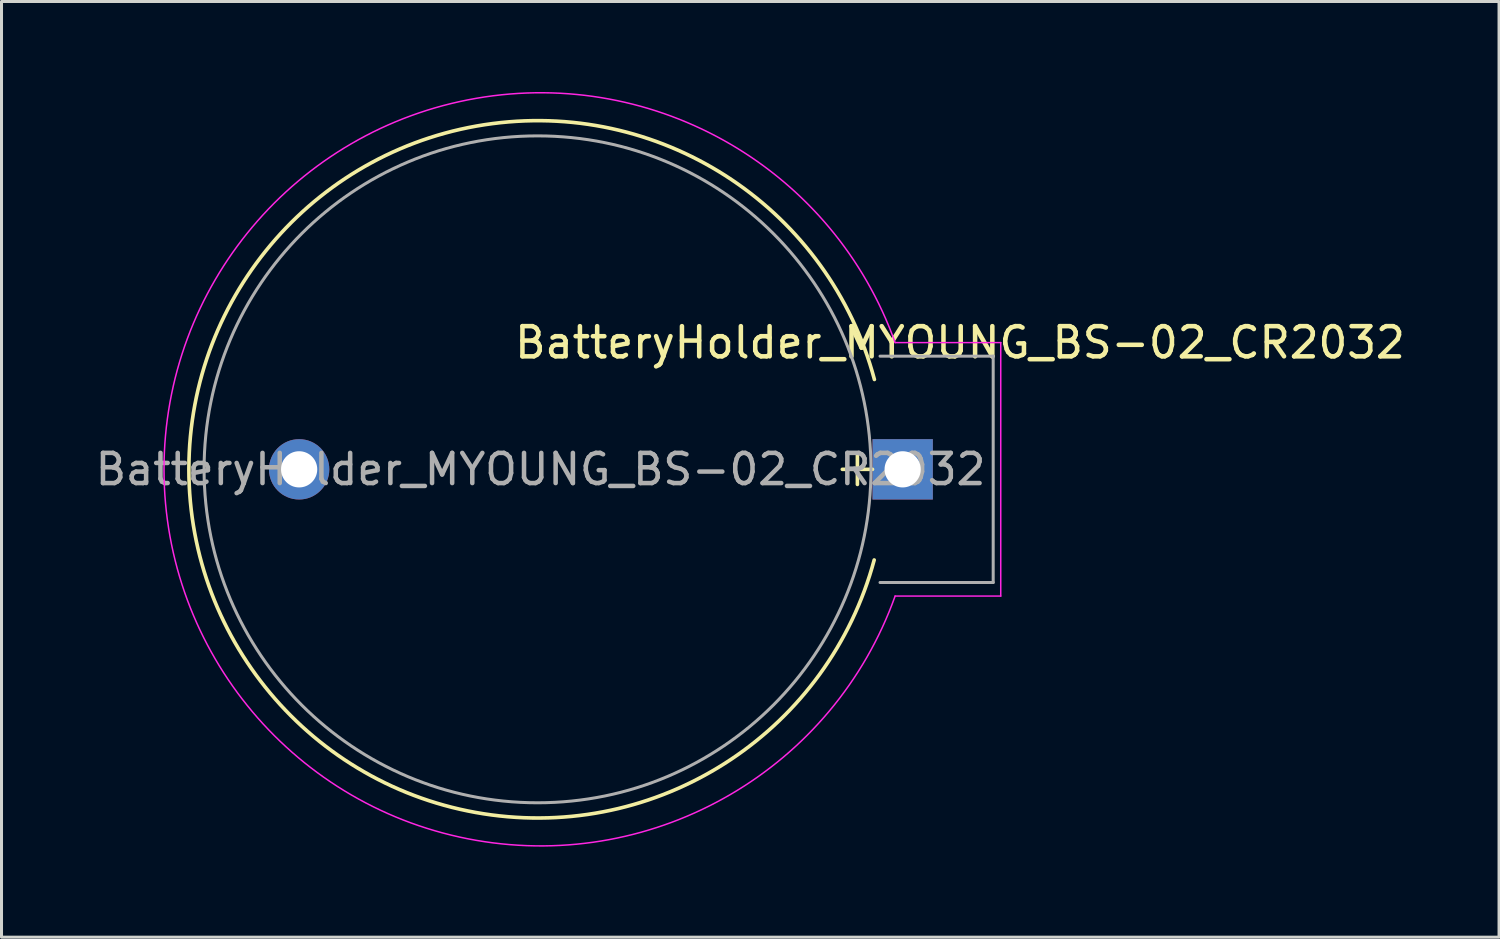
<source format=kicad_pcb>
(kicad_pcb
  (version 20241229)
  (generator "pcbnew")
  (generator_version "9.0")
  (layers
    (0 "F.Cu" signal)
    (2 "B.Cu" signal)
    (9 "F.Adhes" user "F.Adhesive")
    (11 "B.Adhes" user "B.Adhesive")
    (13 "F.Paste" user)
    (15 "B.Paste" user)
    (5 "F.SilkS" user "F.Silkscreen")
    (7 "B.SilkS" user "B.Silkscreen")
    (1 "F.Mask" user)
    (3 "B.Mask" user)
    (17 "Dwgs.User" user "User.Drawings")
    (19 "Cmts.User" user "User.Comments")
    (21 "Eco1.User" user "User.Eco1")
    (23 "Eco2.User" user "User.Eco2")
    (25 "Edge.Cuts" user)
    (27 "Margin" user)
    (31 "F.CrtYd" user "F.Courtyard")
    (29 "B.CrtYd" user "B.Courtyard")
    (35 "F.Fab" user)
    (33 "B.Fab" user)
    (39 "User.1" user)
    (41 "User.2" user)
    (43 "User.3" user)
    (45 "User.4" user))
  (footprint "BatteryHolder_MYOUNG_BS-02_CR2032"
    (layer "F.Cu")
    (at 14.763 12.503)
    (property "Reference" "BatteryHolder_MYOUNG_BS-02_CR2032" (at 14 -4.2 0) (unlocked yes) (layer "F.SilkS") (effects (font (size 1 1) (thickness 0.15))))
    (attr through_hole)
    (fp_line (start 10.6 -0.5) (end 10.6 0.5) (stroke (width 0.12) (type default)) (layer "F.SilkS"))
    (fp_line (start 11.1 0) (end 10.1 0) (stroke (width 0.12) (type default)) (layer "F.SilkS"))
    (fp_arc (start 11.156613 3.003745) (mid -11.553888 -0.013387) (end 11.163543 -2.977884) (stroke (width 0.12) (type default)) (layer "F.SilkS"))
    (fp_line (start 11.85 4.2) (end 15.35 4.2) (stroke (width 0.05) (type default)) (layer "F.CrtYd"))
    (fp_line (start 15.35 -4.2) (end 11.85 -4.2) (stroke (width 0.05) (type default)) (layer "F.CrtYd"))
    (fp_line (start 15.35 4.2) (end 15.35 -4.2) (stroke (width 0.05) (type default)) (layer "F.CrtYd"))
    (fp_arc (start 11.849999 4.2) (mid -12.378084 0) (end 11.849999 -4.2) (stroke (width 0.05) (type default)) (layer "F.CrtYd"))
    (fp_line (start 15.1 -3.75) (end 11.35 -3.75) (stroke (width 0.1) (type default)) (layer "F.Fab"))
    (fp_line (start 15.1 -3.75) (end 15.1 3.75) (stroke (width 0.1) (type default)) (layer "F.Fab"))
    (fp_line (start 15.1 3.75) (end 11.35 3.75) (stroke (width 0.1) (type default)) (layer "F.Fab"))
    (fp_circle (center 0 0) (end 11.05 0) (stroke (width 0.1) (type default)) (fill no) (layer "F.Fab"))
    (fp_text user "${REFERENCE}" (at 0.1 0 0) (unlocked yes) (layer "F.Fab") (effects (font (size 1 1) (thickness 0.15))))
    (pad "1" thru_hole rect (at 12.1 0 180) (size 2 2) (drill 1.2) (layers "*.Cu" "*.Mask"))
    (pad "2" thru_hole circle (at -7.9 0 180) (size 2 2) (drill 1.2) (layers "*.Cu" "*.Mask")))
  (gr_rect
    (start -3 -3)
    (end 46.626 28.006)
    (stroke (width 0.1) (type default))
    (fill no)
    (layer "Edge.Cuts")))
</source>
